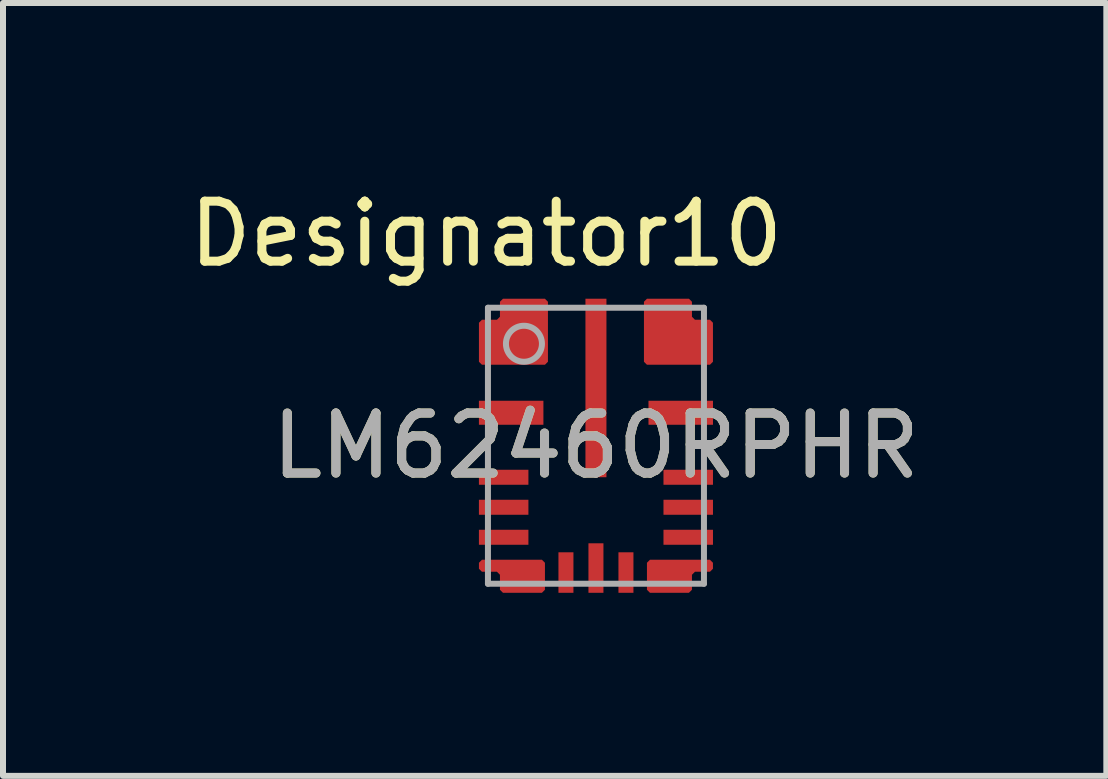
<source format=kicad_pcb>
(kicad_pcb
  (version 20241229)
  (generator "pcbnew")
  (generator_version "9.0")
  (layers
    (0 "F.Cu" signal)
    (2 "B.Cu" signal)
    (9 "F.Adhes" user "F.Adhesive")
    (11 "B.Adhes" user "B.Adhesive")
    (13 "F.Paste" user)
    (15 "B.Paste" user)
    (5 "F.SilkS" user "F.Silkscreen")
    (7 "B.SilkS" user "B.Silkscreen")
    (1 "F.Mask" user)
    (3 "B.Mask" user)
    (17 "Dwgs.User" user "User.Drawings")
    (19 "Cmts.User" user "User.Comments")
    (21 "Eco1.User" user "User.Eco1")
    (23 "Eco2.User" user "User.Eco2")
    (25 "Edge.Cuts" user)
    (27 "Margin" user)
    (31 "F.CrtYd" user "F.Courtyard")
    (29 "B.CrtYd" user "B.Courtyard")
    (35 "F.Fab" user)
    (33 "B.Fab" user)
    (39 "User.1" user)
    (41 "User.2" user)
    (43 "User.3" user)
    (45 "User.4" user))
  (footprint "LM62460RPHR"
    (layer "F.Cu")
    (at 6.882 4.379)
    (property "Reference" "LM62460RPHR" (at 0 0 0) (unlocked yes) (layer "F.SilkS") (effects (font (size 1 1) (thickness 0.15))))
    (attr smd)
    (fp_poly (pts (xy -1.95 -1.4) (xy -1.95 -2.05) (xy -1.9 -2.1) (xy -1.65 -2.1) (xy -1.6 -2.15) (xy -1.6 -2.4) (xy -1.55 -2.45) (xy -0.85 -2.45) (xy -0.8 -2.4) (xy -0.8 -1.4) (xy -0.85 -1.35) (xy -1.9 -1.35)) (stroke (width 0) (type solid)) (fill yes) (layer "F.Cu"))
    (fp_poly (pts (xy -1.95 2.05) (xy -1.9 2.1) (xy -1.65 2.1) (xy -1.6 2.15) (xy -1.6 2.4) (xy -1.55 2.45) (xy -0.9 2.45) (xy -0.85 2.4) (xy -0.85 1.95) (xy -0.9 1.9) (xy -1.9 1.9) (xy -1.95 1.95)) (stroke (width 0) (type solid)) (fill yes) (layer "F.Cu"))
    (fp_poly (pts (xy 1.95 -1.4) (xy 1.95 -2.05) (xy 1.9 -2.1) (xy 1.65 -2.1) (xy 1.6 -2.15) (xy 1.6 -2.4) (xy 1.55 -2.45) (xy 0.85 -2.45) (xy 0.8 -2.4) (xy 0.8 -1.4) (xy 0.85 -1.35) (xy 1.9 -1.35)) (stroke (width 0) (type solid)) (fill yes) (layer "F.Cu"))
    (fp_poly (pts (xy 1.95 2.05) (xy 1.9 2.1) (xy 1.65 2.1) (xy 1.6 2.15) (xy 1.6 2.4) (xy 1.55 2.45) (xy 0.9 2.45) (xy 0.85 2.4) (xy 0.85 1.95) (xy 0.9 1.9) (xy 1.9 1.9) (xy 1.95 1.95)) (stroke (width 0) (type solid)) (fill yes) (layer "F.Cu"))
    (fp_poly (pts (xy -2.001 2.05) (xy -2.001 1.95) (xy -2 1.94) (xy -1.997 1.931) (xy -1.992 1.922) (xy -1.986 1.914) (xy -1.936 1.864) (xy -1.928 1.858) (xy -1.919 1.853) (xy -1.91 1.85) (xy -1.9 1.849) (xy -0.9 1.849) (xy -0.89 1.85) (xy -0.881 1.853) (xy -0.872 1.858) (xy -0.864 1.864) (xy -0.814 1.914) (xy -0.808 1.922) (xy -0.803 1.931) (xy -0.8 1.94) (xy -0.799 1.95) (xy -0.799 2.4) (xy -0.8 2.41) (xy -0.803 2.419) (xy -0.808 2.428) (xy -0.814 2.436) (xy -0.864 2.486) (xy -0.872 2.492) (xy -0.881 2.497) (xy -0.89 2.5) (xy -0.9 2.501) (xy -1.55 2.501) (xy -1.56 2.5) (xy -1.569 2.497) (xy -1.578 2.492) (xy -1.586 2.486) (xy -1.636 2.436) (xy -1.642 2.428) (xy -1.647 2.419) (xy -1.65 2.41) (xy -1.651 2.4) (xy -1.651 2.171) (xy -1.671 2.151) (xy -1.9 2.151) (xy -1.91 2.15) (xy -1.919 2.147) (xy -1.928 2.142) (xy -1.936 2.136) (xy -1.986 2.086) (xy -1.992 2.078) (xy -1.997 2.069) (xy -2 2.06)) (stroke (width 0) (type solid)) (fill yes) (layer "F.Mask"))
    (fp_poly (pts (xy -1.986 -1.364) (xy -1.992 -1.372) (xy -1.997 -1.381) (xy -2 -1.39) (xy -2.001 -1.4) (xy -2.001 -2.05) (xy -2 -2.06) (xy -1.997 -2.069) (xy -1.992 -2.078) (xy -1.986 -2.086) (xy -1.936 -2.136) (xy -1.928 -2.142) (xy -1.919 -2.147) (xy -1.91 -2.15) (xy -1.9 -2.151) (xy -1.671 -2.151) (xy -1.651 -2.171) (xy -1.651 -2.4) (xy -1.65 -2.41) (xy -1.647 -2.419) (xy -1.642 -2.428) (xy -1.636 -2.436) (xy -1.586 -2.486) (xy -1.578 -2.492) (xy -1.569 -2.497) (xy -1.56 -2.5) (xy -1.55 -2.501) (xy -0.85 -2.501) (xy -0.84 -2.5) (xy -0.831 -2.497) (xy -0.822 -2.492) (xy -0.814 -2.486) (xy -0.764 -2.436) (xy -0.758 -2.428) (xy -0.753 -2.419) (xy -0.75 -2.41) (xy -0.749 -2.4) (xy -0.749 -1.4) (xy -0.75 -1.39) (xy -0.753 -1.381) (xy -0.758 -1.372) (xy -0.764 -1.364) (xy -0.814 -1.314) (xy -0.822 -1.308) (xy -0.831 -1.303) (xy -0.84 -1.3) (xy -0.85 -1.299) (xy -1.9 -1.299) (xy -1.91 -1.3) (xy -1.919 -1.303) (xy -1.928 -1.308) (xy -1.936 -1.314)) (stroke (width 0) (type solid)) (fill yes) (layer "F.Mask"))
    (fp_poly (pts (xy 1.986 -1.364) (xy 1.936 -1.314) (xy 1.928 -1.308) (xy 1.919 -1.303) (xy 1.91 -1.3) (xy 1.9 -1.299) (xy 0.85 -1.299) (xy 0.84 -1.3) (xy 0.831 -1.303) (xy 0.822 -1.308) (xy 0.814 -1.314) (xy 0.764 -1.364) (xy 0.758 -1.372) (xy 0.753 -1.381) (xy 0.75 -1.39) (xy 0.749 -1.4) (xy 0.749 -2.4) (xy 0.75 -2.41) (xy 0.753 -2.419) (xy 0.758 -2.428) (xy 0.764 -2.436) (xy 0.814 -2.486) (xy 0.822 -2.492) (xy 0.831 -2.497) (xy 0.84 -2.5) (xy 0.85 -2.501) (xy 1.55 -2.501) (xy 1.56 -2.5) (xy 1.569 -2.497) (xy 1.578 -2.492) (xy 1.586 -2.486) (xy 1.636 -2.436) (xy 1.642 -2.428) (xy 1.647 -2.419) (xy 1.65 -2.41) (xy 1.651 -2.4) (xy 1.651 -2.171) (xy 1.671 -2.151) (xy 1.9 -2.151) (xy 1.91 -2.15) (xy 1.919 -2.147) (xy 1.928 -2.142) (xy 1.936 -2.136) (xy 1.986 -2.086) (xy 1.992 -2.078) (xy 1.997 -2.069) (xy 2 -2.06) (xy 2.001 -2.05) (xy 2.001 -1.4) (xy 2 -1.39) (xy 1.997 -1.381) (xy 1.992 -1.372)) (stroke (width 0) (type solid)) (fill yes) (layer "F.Mask"))
    (fp_poly (pts (xy 2.001 2.05) (xy 2 2.06) (xy 1.997 2.069) (xy 1.992 2.078) (xy 1.986 2.086) (xy 1.936 2.136) (xy 1.928 2.142) (xy 1.919 2.147) (xy 1.91 2.15) (xy 1.9 2.151) (xy 1.671 2.151) (xy 1.651 2.171) (xy 1.651 2.4) (xy 1.65 2.41) (xy 1.647 2.419) (xy 1.642 2.428) (xy 1.636 2.436) (xy 1.586 2.486) (xy 1.578 2.492) (xy 1.569 2.497) (xy 1.56 2.5) (xy 1.55 2.501) (xy 0.9 2.501) (xy 0.89 2.5) (xy 0.881 2.497) (xy 0.872 2.492) (xy 0.864 2.486) (xy 0.814 2.436) (xy 0.808 2.428) (xy 0.803 2.419) (xy 0.8 2.41) (xy 0.799 2.4) (xy 0.799 1.95) (xy 0.8 1.94) (xy 0.803 1.931) (xy 0.808 1.922) (xy 0.814 1.914) (xy 0.864 1.864) (xy 0.872 1.858) (xy 0.881 1.853) (xy 0.89 1.85) (xy 0.9 1.849) (xy 1.9 1.849) (xy 1.91 1.85) (xy 1.919 1.853) (xy 1.928 1.858) (xy 1.936 1.864) (xy 1.986 1.914) (xy 1.992 1.922) (xy 1.997 1.931) (xy 2 1.94) (xy 2.001 1.95)) (stroke (width 0) (type solid)) (fill yes) (layer "F.Mask"))
    (fp_poly (pts (xy -0.85 2.35) (xy -0.9 2.4) (xy -1.52 2.4) (xy -1.57 2.35) (xy -1.57 2.15) (xy -1.62 2.1) (xy -1.9 2.1) (xy -1.95 2.05) (xy -1.95 1.95) (xy -1.9 1.9) (xy -0.9 1.9) (xy -0.85 1.95)) (stroke (width 0) (type solid)) (fill yes) (layer "F.Paste"))
    (fp_poly (pts (xy -0.8 -1.4) (xy -0.8 -2.34) (xy -0.85 -2.39) (xy -1.49 -2.39) (xy -1.54 -2.34) (xy -1.54 -2.09) (xy -1.59 -2.04) (xy -1.79 -2.04) (xy -1.84 -1.99) (xy -1.84 -1.4) (xy -1.79 -1.35) (xy -0.85 -1.35)) (stroke (width 0) (type solid)) (fill yes) (layer "F.Paste"))
    (fp_poly (pts (xy 0.8 -1.4) (xy 0.8 -2.34) (xy 0.85 -2.39) (xy 1.49 -2.39) (xy 1.54 -2.34) (xy 1.54 -2.09) (xy 1.59 -2.04) (xy 1.79 -2.04) (xy 1.84 -1.99) (xy 1.84 -1.4) (xy 1.79 -1.35) (xy 0.85 -1.35)) (stroke (width 0) (type solid)) (fill yes) (layer "F.Paste"))
    (fp_poly (pts (xy 0.85 2.35) (xy 0.9 2.4) (xy 1.52 2.4) (xy 1.57 2.35) (xy 1.57 2.15) (xy 1.62 2.1) (xy 1.9 2.1) (xy 1.95 2.05) (xy 1.95 1.95) (xy 1.9 1.9) (xy 0.9 1.9) (xy 0.85 1.95)) (stroke (width 0) (type solid)) (fill yes) (layer "F.Paste"))
    (fp_line (start -1.8 -2.3) (end 1.8 -2.3) (stroke (width 0.1) (type solid)) (layer "F.Fab"))
    (fp_line (start -1.8 2.3) (end -1.8 -2.3) (stroke (width 0.1) (type solid)) (layer "F.Fab"))
    (fp_line (start -1.8 2.3) (end 1.8 2.3) (stroke (width 0.1) (type solid)) (layer "F.Fab"))
    (fp_line (start 1.8 2.3) (end 1.8 -2.3) (stroke (width 0.1) (type solid)) (layer "F.Fab"))
    (fp_circle (center -1.2 -1.7) (end -0.9 -1.7) (stroke (width 0.1) (type solid)) (fill no) (layer "F.Fab"))
    (fp_text user "Designator10" (at -1.829 -3.531 0) (unlocked yes) (layer "F.SilkS") (effects (font (size 1 1) (thickness 0.15))))
    (fp_text user "${REFERENCE}" (at 0 0 0) (unlocked yes) (layer "F.Fab") (effects (font (size 1 1) (thickness 0.15))))
    (pad "1" smd rect (at -1.375 -1.9) (size 0.25 0.25) (layers "F.Cu" "F.Mask"))
    (pad "2" smd rect (at -1.413 -0.55) (size 1.075 0.4) (layers "F.Cu" "F.Mask" "F.Paste"))
    (pad "3" smd rect (at -1.538 0.525) (size 0.825 0.25) (layers "F.Cu" "F.Mask" "F.Paste"))
    (pad "4" smd rect (at -1.538 1.025) (size 0.825 0.25) (layers "F.Cu" "F.Mask" "F.Paste"))
    (pad "5" smd rect (at -1.538 1.525) (size 0.825 0.25) (layers "F.Cu" "F.Mask" "F.Paste"))
    (pad "6" smd rect (at -1.4 2.175) (size 0.25 0.25) (layers "F.Cu" "F.Mask"))
    (pad "7" smd rect (at -0.5 2.113 90) (size 0.675 0.25) (layers "F.Cu" "F.Mask" "F.Paste"))
    (pad "8" smd rect (at 0 2.038 90) (size 0.825 0.25) (layers "F.Cu" "F.Mask" "F.Paste"))
    (pad "9" smd rect (at 0.5 2.113 90) (size 0.675 0.25) (layers "F.Cu" "F.Mask" "F.Paste"))
    (pad "10" smd rect (at 1.4 2.175) (size 0.25 0.25) (layers "F.Cu" "F.Mask"))
    (pad "11" smd rect (at 1.538 1.525) (size 0.825 0.25) (layers "F.Cu" "F.Mask" "F.Paste"))
    (pad "12" smd rect (at 1.538 1.025) (size 0.825 0.25) (layers "F.Cu" "F.Mask" "F.Paste"))
    (pad "13" smd rect (at 1.538 0.525) (size 0.825 0.25) (layers "F.Cu" "F.Mask" "F.Paste"))
    (pad "14" smd rect (at 1.413 -0.55) (size 1.075 0.4) (layers "F.Cu" "F.Mask" "F.Paste"))
    (pad "15" smd rect (at 1.375 -1.9) (size 0.25 0.25) (layers "F.Cu" "F.Mask"))
    (pad "16" smd rect (at 0 -0.963 90) (size 2.975 0.35) (layers "F.Cu" "F.Mask" "F.Paste")))
  (gr_rect
    (start -3 -3)
    (end 15.388 9.88)
    (stroke (width 0.1) (type default))
    (fill no)
    (layer "Edge.Cuts")))
</source>
